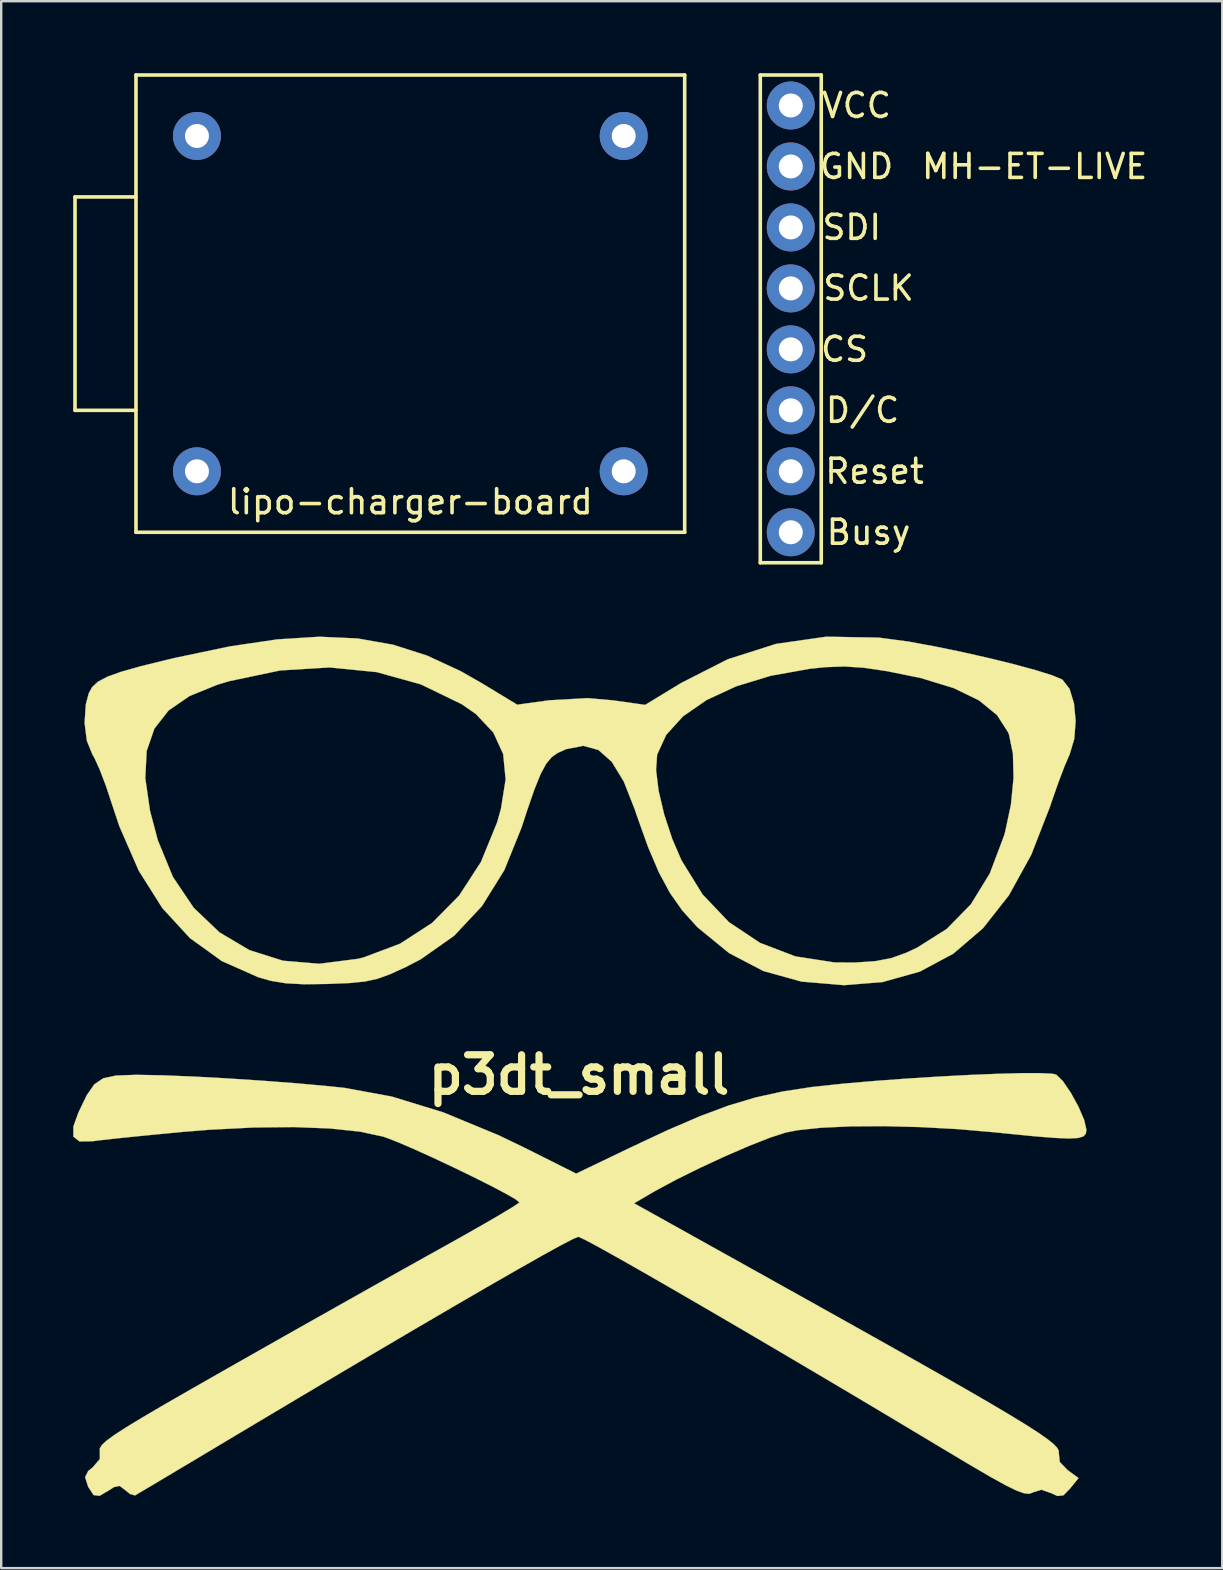
<source format=kicad_pcb>
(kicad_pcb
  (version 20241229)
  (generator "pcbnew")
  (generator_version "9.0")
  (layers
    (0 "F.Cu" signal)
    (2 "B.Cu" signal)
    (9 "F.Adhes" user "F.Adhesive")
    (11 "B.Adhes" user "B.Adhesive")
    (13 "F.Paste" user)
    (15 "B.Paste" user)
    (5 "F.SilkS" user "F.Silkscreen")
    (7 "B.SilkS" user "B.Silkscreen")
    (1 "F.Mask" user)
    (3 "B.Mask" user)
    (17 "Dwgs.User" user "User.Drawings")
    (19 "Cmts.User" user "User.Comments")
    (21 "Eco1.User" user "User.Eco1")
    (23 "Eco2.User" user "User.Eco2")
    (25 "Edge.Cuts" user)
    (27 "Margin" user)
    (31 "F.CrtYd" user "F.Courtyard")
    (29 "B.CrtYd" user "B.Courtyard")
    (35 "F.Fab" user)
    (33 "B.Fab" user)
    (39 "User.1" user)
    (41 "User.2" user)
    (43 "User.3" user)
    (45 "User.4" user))
  (footprint "p3dt_small"
    (layer "F.Cu")
    (at 21.075 41.728)
    (property "Reference" "p3dt_small" (at 0 0 0) (layer "F.SilkS") (effects (font (size 1.524 1.524) (thickness 0.3))))
    (attr through_hole)
    (fp_poly (pts (xy 12.493 -18.213) (xy 13.72 -18.05) (xy 14.827 -17.846) (xy 15.977 -17.609) (xy 17.105 -17.354) (xy 18.148 -17.097) (xy 19.041 -16.853) (xy 19.719 -16.64) (xy 20.119 -16.473) (xy 20.142 -16.458) (xy 20.434 -16.082) (xy 20.619 -15.473) (xy 20.689 -14.742) (xy 20.632 -13.998) (xy 20.44 -13.351) (xy 20.426 -13.322) (xy 20.229 -12.862) (xy 19.972 -12.188) (xy 19.704 -11.422) (xy 19.627 -11.19) (xy 18.842 -9.174) (xy 17.909 -7.479) (xy 16.826 -6.103) (xy 15.589 -5.044) (xy 14.195 -4.298) (xy 12.641 -3.863) (xy 11.041 -3.734) (xy 9.265 -3.883) (xy 7.678 -4.324) (xy 6.251 -5.069) (xy 4.954 -6.129) (xy 4.898 -6.184) (xy 4.301 -6.845) (xy 3.788 -7.574) (xy 3.323 -8.438) (xy 2.869 -9.504) (xy 2.391 -10.843) (xy 2.322 -11.052) (xy 1.862 -12.219) (xy 1.571 -12.697) (xy 3.208 -12.697) (xy 3.313 -11.838) (xy 3.545 -10.85) (xy 3.883 -9.825) (xy 4.264 -8.941) (xy 5.146 -7.513) (xy 6.243 -6.361) (xy 7.538 -5.497) (xy 9.011 -4.934) (xy 10.641 -4.682) (xy 11.484 -4.676) (xy 12.339 -4.734) (xy 13.004 -4.86) (xy 13.647 -5.092) (xy 14.085 -5.298) (xy 15.318 -6.078) (xy 16.322 -7.102) (xy 17.112 -8.389) (xy 17.705 -9.959) (xy 17.751 -10.121) (xy 17.991 -11.251) (xy 18.1 -12.369) (xy 18.075 -13.375) (xy 17.913 -14.17) (xy 17.875 -14.268) (xy 17.412 -14.987) (xy 16.662 -15.599) (xy 15.609 -16.11) (xy 14.237 -16.53) (xy 12.829 -16.816) (xy 11.853 -16.959) (xy 11.05 -17.012) (xy 10.25 -16.982) (xy 9.599 -16.913) (xy 7.982 -16.623) (xy 6.542 -16.183) (xy 5.313 -15.614) (xy 4.331 -14.934) (xy 3.631 -14.164) (xy 3.252 -13.337) (xy 3.208 -12.697) (xy 1.571 -12.697) (xy 1.36 -13.043) (xy 0.802 -13.535) (xy 0.173 -13.706) (xy -0.544 -13.566) (xy -0.883 -13.413) (xy -1.139 -13.237) (xy -1.37 -12.959) (xy -1.602 -12.528) (xy -1.861 -11.889) (xy -2.171 -10.992) (xy -2.396 -10.302) (xy -3.114 -8.525) (xy -4.047 -7.026) (xy -5.206 -5.792) (xy -6.601 -4.81) (xy -7.217 -4.49) (xy -7.869 -4.193) (xy -8.399 -4) (xy -8.927 -3.885) (xy -9.572 -3.822) (xy -10.451 -3.786) (xy -10.462 -3.785) (xy -11.459 -3.772) (xy -12.214 -3.812) (xy -12.841 -3.915) (xy -13.364 -4.064) (xy -14.881 -4.737) (xy -16.212 -5.695) (xy -17.363 -6.946) (xy -18.342 -8.497) (xy -19.153 -10.355) (xy -19.461 -11.279) (xy -19.714 -12.043) (xy -19.835 -12.358) (xy -18.072 -12.358) (xy -17.876 -11.004) (xy -17.551 -9.776) (xy -16.92 -8.242) (xy -16.053 -6.956) (xy -14.981 -5.934) (xy -13.732 -5.194) (xy -12.335 -4.753) (xy -10.822 -4.626) (xy -9.22 -4.831) (xy -8.977 -4.89) (xy -7.457 -5.462) (xy -6.124 -6.327) (xy -4.996 -7.468) (xy -4.088 -8.868) (xy -3.417 -10.509) (xy -3.256 -11.075) (xy -3.06 -12.309) (xy -3.162 -13.363) (xy -3.573 -14.261) (xy -4.301 -15.032) (xy -4.89 -15.441) (xy -6.591 -16.266) (xy -8.435 -16.777) (xy -10.396 -16.971) (xy -12.451 -16.846) (xy -14.572 -16.4) (xy -15.064 -16.253) (xy -16.227 -15.781) (xy -17.1 -15.179) (xy -17.693 -14.423) (xy -18.014 -13.49) (xy -18.072 -12.358) (xy -19.835 -12.358) (xy -19.975 -12.726) (xy -20.201 -13.22) (xy -20.277 -13.349) (xy -20.507 -13.915) (xy -20.601 -14.661) (xy -20.55 -15.433) (xy -20.428 -15.894) (xy -20.286 -16.153) (xy -20.045 -16.376) (xy -19.658 -16.583) (xy -19.076 -16.792) (xy -18.253 -17.024) (xy -17.141 -17.297) (xy -16.782 -17.381) (xy -14.549 -17.849) (xy -12.579 -18.14) (xy -10.821 -18.251) (xy -9.227 -18.179) (xy -7.746 -17.918) (xy -6.331 -17.465) (xy -4.931 -16.816) (xy -4.074 -16.327) (xy -2.576 -15.42) (xy -1.243 -15.603) (xy 0.357 -15.693) (xy 1.421 -15.599) (xy 2.753 -15.412) (xy 4.253 -16.324) (xy 6.193 -17.311) (xy 8.206 -17.953) (xy 10.302 -18.253) (xy 12.493 -18.213)) (stroke (width 0.01) (type solid)) (fill yes) (layer "F.SilkS"))
    (fp_poly (pts (xy 19.704 -0.046) (xy 19.874 -0.011) (xy 20.155 0.261) (xy 20.487 0.748) (xy 20.806 1.329) (xy 21.045 1.884) (xy 21.137 2.289) (xy 21.113 2.452) (xy 21.012 2.566) (xy 20.79 2.633) (xy 20.406 2.654) (xy 19.814 2.629) (xy 18.973 2.561) (xy 17.838 2.45) (xy 17.318 2.396) (xy 15.774 2.263) (xy 14.213 2.178) (xy 12.7 2.14) (xy 11.3 2.149) (xy 10.077 2.206) (xy 9.098 2.31) (xy 8.608 2.406) (xy 7.959 2.617) (xy 7.089 2.959) (xy 6.087 3.392) (xy 5.043 3.875) (xy 4.047 4.368) (xy 3.188 4.83) (xy 3.056 4.907) (xy 2.292 5.353) (xy 7.141 8.055) (xy 9.468 9.353) (xy 11.503 10.491) (xy 13.264 11.479) (xy 14.77 12.331) (xy 16.041 13.055) (xy 17.095 13.665) (xy 17.951 14.172) (xy 18.628 14.586) (xy 19.145 14.919) (xy 19.52 15.182) (xy 19.773 15.386) (xy 19.922 15.544) (xy 19.986 15.665) (xy 19.987 15.749) (xy 20.027 16.131) (xy 20.352 16.468) (xy 20.809 16.801) (xy 20.459 17.233) (xy 20.181 17.519) (xy 19.931 17.548) (xy 19.671 17.43) (xy 19.263 17.288) (xy 18.916 17.394) (xy 18.893 17.408) (xy 18.747 17.458) (xy 18.536 17.435) (xy 18.222 17.321) (xy 17.764 17.096) (xy 17.122 16.741) (xy 16.256 16.235) (xy 15.182 15.593) (xy 13.432 14.544) (xy 11.679 13.498) (xy 9.949 12.473) (xy 8.272 11.483) (xy 6.673 10.544) (xy 5.181 9.673) (xy 3.823 8.886) (xy 2.625 8.197) (xy 1.616 7.624) (xy 0.823 7.182) (xy 0.272 6.887) (xy -0.008 6.755) (xy -0.032 6.75) (xy -0.253 6.84) (xy -0.76 7.104) (xy -1.534 7.53) (xy -2.557 8.109) (xy -3.811 8.829) (xy -5.277 9.68) (xy -6.938 10.652) (xy -8.775 11.734) (xy -10.769 12.915) (xy -12.903 14.185) (xy -14.21 14.965) (xy -15.31 15.623) (xy -16.31 16.22) (xy -17.169 16.732) (xy -17.848 17.137) (xy -18.305 17.408) (xy -18.5 17.523) (xy -18.503 17.524) (xy -18.706 17.466) (xy -18.901 17.309) (xy -19.139 17.128) (xy -19.377 17.177) (xy -19.576 17.307) (xy -19.977 17.541) (xy -20.227 17.51) (xy -20.434 17.193) (xy -20.466 17.124) (xy -20.58 16.762) (xy -20.453 16.51) (xy -20.264 16.353) (xy -19.966 16.009) (xy -19.966 15.681) (xy -19.969 15.569) (xy -19.89 15.433) (xy -19.701 15.253) (xy -19.373 15.012) (xy -18.879 14.692) (xy -18.189 14.273) (xy -17.275 13.737) (xy -16.108 13.066) (xy -14.661 12.241) (xy -14.614 12.214) (xy -13.154 11.386) (xy -11.626 10.521) (xy -10.098 9.66) (xy -8.641 8.84) (xy -7.323 8.101) (xy -6.215 7.483) (xy -5.819 7.263) (xy -4.838 6.714) (xy -3.972 6.222) (xy -3.265 5.81) (xy -2.762 5.507) (xy -2.51 5.338) (xy -2.488 5.315) (xy -2.639 5.19) (xy -3.053 4.951) (xy -3.666 4.628) (xy -4.418 4.251) (xy -5.245 3.85) (xy -6.085 3.455) (xy -6.877 3.096) (xy -7.557 2.804) (xy -8.064 2.608) (xy -8.171 2.573) (xy -9.128 2.368) (xy -10.383 2.236) (xy -11.882 2.178) (xy -13.574 2.196) (xy -15.408 2.29) (xy -16.519 2.38) (xy -17.584 2.481) (xy -18.573 2.579) (xy -19.411 2.666) (xy -20.024 2.735) (xy -20.293 2.77) (xy -20.815 2.775) (xy -21.07 2.574) (xy -21.067 2.148) (xy -20.855 1.565) (xy -20.513 0.854) (xy -20.198 0.399) (xy -19.82 0.143) (xy -19.286 0.03) (xy -18.505 0.003) (xy -18.327 0.003) (xy -17.314 0.022) (xy -16.046 0.074) (xy -14.621 0.152) (xy -13.137 0.25) (xy -11.692 0.361) (xy -10.385 0.48) (xy -9.769 0.545) (xy -7.8 0.907) (xy -5.66 1.564) (xy -3.365 2.512) (xy -2.302 3.023) (xy -0.12 4.117) (xy 2.116 3.042) (xy 3.688 2.306) (xy 5.032 1.727) (xy 6.226 1.281) (xy 7.349 0.945) (xy 8.478 0.696) (xy 9.693 0.509) (xy 11.013 0.368) (xy 12.33 0.255) (xy 13.681 0.156) (xy 15.018 0.072) (xy 16.288 0.005) (xy 17.442 -0.042) (xy 18.43 -0.068) (xy 19.201 -0.07) (xy 19.704 -0.046)) (stroke (width 0.01) (type solid)) (fill yes) (layer "F.SilkS")))
  (footprint "MH-ET-LIVE"
    (layer "F.Cu")
    (at 29.895 11.505)
    (property "Reference" "MH-ET-LIVE" (at 10.16 -7.62 0) (layer "F.SilkS") (effects (font (size 1 1) (thickness 0.15))))
    (attr through_hole)
    (fp_line (start -1.27 -11.43) (end 1.27 -11.43) (stroke (width 0.15) (type solid)) (layer "F.SilkS"))
    (fp_line (start -1.27 8.89) (end -1.27 -11.43) (stroke (width 0.15) (type solid)) (layer "F.SilkS"))
    (fp_line (start 1.27 -11.43) (end 1.27 8.89) (stroke (width 0.15) (type solid)) (layer "F.SilkS"))
    (fp_line (start 1.27 8.89) (end -1.27 8.89) (stroke (width 0.15) (type solid)) (layer "F.SilkS"))
    (fp_text user "CS" (at 2.24 0 0) (layer "F.SilkS") (effects (font (size 1 1) (thickness 0.15))))
    (fp_text user "SDI" (at 2.54 -5.08 0) (layer "F.SilkS") (effects (font (size 1 1) (thickness 0.15))))
    (fp_text user "Busy" (at 3.24 7.62 0) (layer "F.SilkS") (effects (font (size 1 1) (thickness 0.15))))
    (fp_text user "GND" (at 2.74 -7.62 0) (layer "F.SilkS") (effects (font (size 1 1) (thickness 0.15))))
    (fp_text user "VCC" (at 2.74 -10.16 0) (layer "F.SilkS") (effects (font (size 1 1) (thickness 0.15))))
    (fp_text user "Reset" (at 3.49 5.08 0) (layer "F.SilkS") (effects (font (size 1 1) (thickness 0.15))))
    (fp_text user "D/C" (at 2.99 2.54 0) (layer "F.SilkS") (effects (font (size 1 1) (thickness 0.15))))
    (fp_text user "SCLK" (at 3.24 -2.55 0) (layer "F.SilkS") (effects (font (size 1 1) (thickness 0.15))))
    (pad "1" thru_hole circle (at 0 -10.16) (size 2 2) (drill 1) (layers "*.Cu" "*.Mask"))
    (pad "2" thru_hole circle (at 0 -7.62) (size 2 2) (drill 1) (layers "*.Cu" "*.Mask"))
    (pad "3" thru_hole circle (at 0 -5.08) (size 2 2) (drill 1) (layers "*.Cu" "*.Mask"))
    (pad "4" thru_hole circle (at 0 -2.54) (size 2 2) (drill 1) (layers "*.Cu" "*.Mask"))
    (pad "5" thru_hole circle (at 0 0) (size 2 2) (drill 1) (layers "*.Cu" "*.Mask"))
    (pad "6" thru_hole circle (at 0 2.54) (size 2 2) (drill 1) (layers "*.Cu" "*.Mask"))
    (pad "7" thru_hole circle (at 0 5.08) (size 2 2) (drill 1) (layers "*.Cu" "*.Mask"))
    (pad "8" thru_hole circle (at 0 7.62) (size 2 2) (drill 1) (layers "*.Cu" "*.Mask")))
  (footprint "lipo-charger-board"
    (layer "F.Cu")
    (at 2.615 5.155)
    (property "Reference" "lipo-charger-board" (at 11.43 12.7 0) (layer "F.SilkS") (effects (font (size 1 1) (thickness 0.15))))
    (attr through_hole)
    (fp_line (start -2.54 0) (end -2.54 8.89) (stroke (width 0.15) (type solid)) (layer "F.SilkS"))
    (fp_line (start -2.54 8.89) (end 0 8.89) (stroke (width 0.15) (type solid)) (layer "F.SilkS"))
    (fp_line (start 0 -5.08) (end 22.86 -5.08) (stroke (width 0.15) (type solid)) (layer "F.SilkS"))
    (fp_line (start 0 0) (end -2.54 0) (stroke (width 0.15) (type solid)) (layer "F.SilkS"))
    (fp_line (start 0 13.97) (end 0 -5.08) (stroke (width 0.15) (type solid)) (layer "F.SilkS"))
    (fp_line (start 22.86 -5.08) (end 22.86 13.97) (stroke (width 0.15) (type solid)) (layer "F.SilkS"))
    (fp_line (start 22.86 13.97) (end 0 13.97) (stroke (width 0.15) (type solid)) (layer "F.SilkS"))
    (pad "1" thru_hole circle (at 2.54 -2.54) (size 2 2) (drill 1) (layers "*.Cu" "*.Mask"))
    (pad "2" thru_hole circle (at 2.54 11.43) (size 2 2) (drill 1) (layers "*.Cu" "*.Mask"))
    (pad "3" thru_hole circle (at 20.32 11.43) (size 2 2) (drill 1) (layers "*.Cu" "*.Mask"))
    (pad "4" thru_hole circle (at 20.32 -2.54) (size 2 2) (drill 1) (layers "*.Cu" "*.Mask")))
  (gr_rect
    (start -3 -3)
    (end 47.87 62.281)
    (stroke (width 0.1) (type default))
    (fill no)
    (layer "Edge.Cuts")))
</source>
